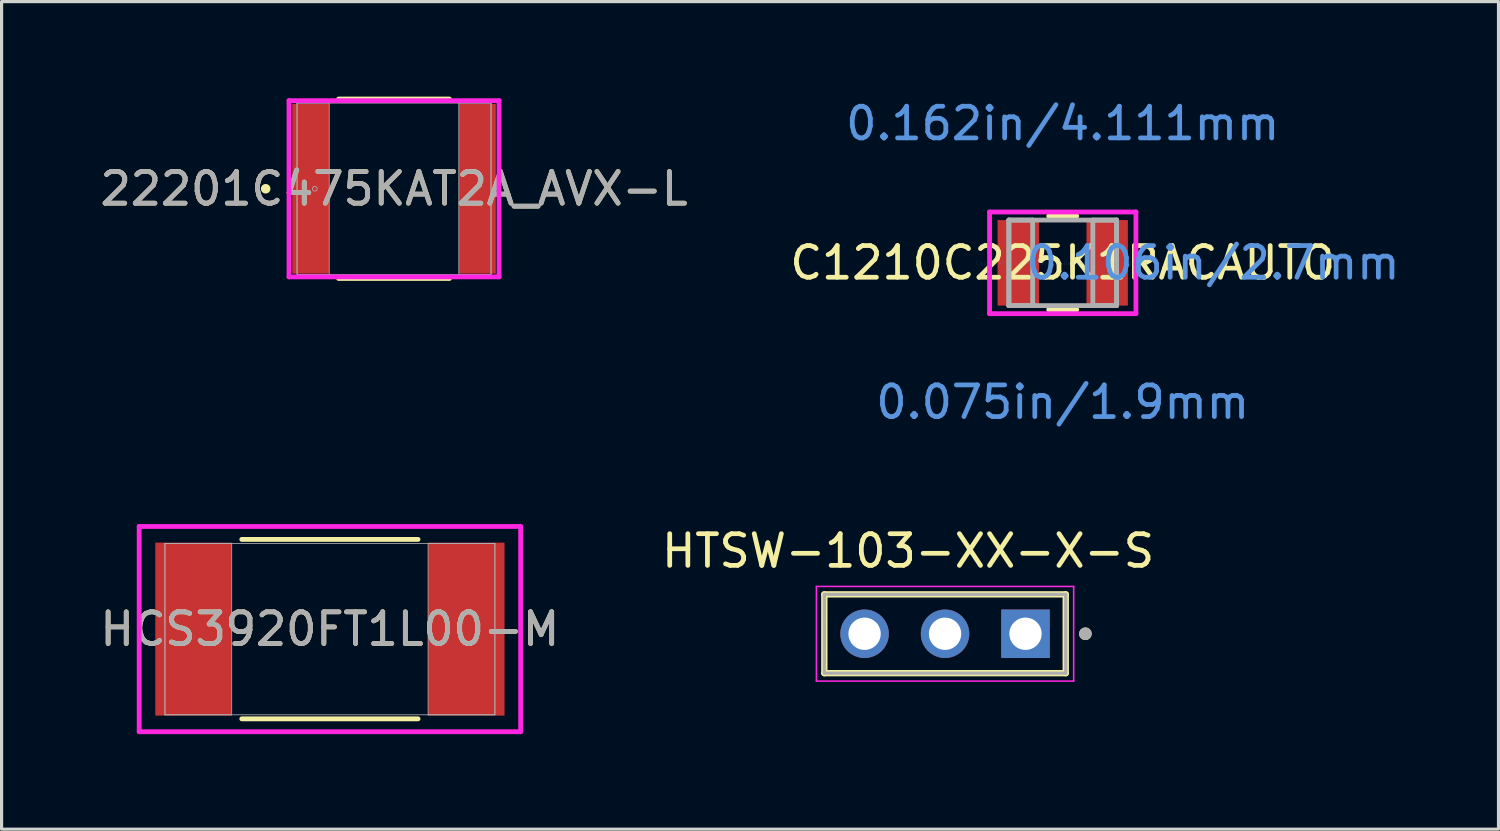
<source format=kicad_pcb>
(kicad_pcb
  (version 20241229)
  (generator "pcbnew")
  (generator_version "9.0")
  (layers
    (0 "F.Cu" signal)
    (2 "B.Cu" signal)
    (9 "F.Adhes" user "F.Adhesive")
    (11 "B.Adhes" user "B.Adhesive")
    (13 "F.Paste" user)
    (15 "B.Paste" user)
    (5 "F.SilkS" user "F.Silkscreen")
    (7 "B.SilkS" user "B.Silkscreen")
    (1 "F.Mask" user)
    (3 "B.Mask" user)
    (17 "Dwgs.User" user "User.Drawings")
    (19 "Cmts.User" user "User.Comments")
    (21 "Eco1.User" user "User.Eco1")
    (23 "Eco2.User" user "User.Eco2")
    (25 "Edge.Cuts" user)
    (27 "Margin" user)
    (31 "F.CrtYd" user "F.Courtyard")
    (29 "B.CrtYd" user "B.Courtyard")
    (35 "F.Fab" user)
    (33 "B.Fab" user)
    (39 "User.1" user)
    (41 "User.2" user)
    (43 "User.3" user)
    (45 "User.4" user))
  (footprint "C1210C225K1RACAUTO"
    (layer "F.Cu")
    (at 30.494 5.246)
    (property "Reference" "C1210C225K1RACAUTO" (at 0 0 0) (layer "F.SilkS") (effects (font (size 1 1) (thickness 0.15))))
    (attr through_hole)
    (fp_line (start -0.442 1.477) (end 0.442 1.477) (stroke (width 0.152) (type solid)) (layer "F.SilkS"))
    (fp_line (start 0.442 -1.477) (end -0.442 -1.477) (stroke (width 0.152) (type solid)) (layer "F.SilkS"))
    (fp_line (start -2.31 -1.604) (end 2.31 -1.604) (stroke (width 0.152) (type solid)) (layer "F.CrtYd"))
    (fp_line (start -2.31 1.604) (end -2.31 -1.604) (stroke (width 0.152) (type solid)) (layer "F.CrtYd"))
    (fp_line (start 2.31 -1.604) (end 2.31 1.604) (stroke (width 0.152) (type solid)) (layer "F.CrtYd"))
    (fp_line (start 2.31 1.604) (end -2.31 1.604) (stroke (width 0.152) (type solid)) (layer "F.CrtYd"))
    (fp_line (start -1.7 -1.35) (end -1.7 1.35) (stroke (width 0.152) (type solid)) (layer "F.Fab"))
    (fp_line (start -1.7 -1.35) (end -1.7 1.35) (stroke (width 0.152) (type solid)) (layer "F.Fab"))
    (fp_line (start -1.7 1.35) (end -0.95 1.35) (stroke (width 0.152) (type solid)) (layer "F.Fab"))
    (fp_line (start -1.7 1.35) (end 1.7 1.35) (stroke (width 0.152) (type solid)) (layer "F.Fab"))
    (fp_line (start -0.95 -1.35) (end -1.7 -1.35) (stroke (width 0.152) (type solid)) (layer "F.Fab"))
    (fp_line (start -0.95 1.35) (end -0.95 -1.35) (stroke (width 0.152) (type solid)) (layer "F.Fab"))
    (fp_line (start 0.95 -1.35) (end 0.95 1.35) (stroke (width 0.152) (type solid)) (layer "F.Fab"))
    (fp_line (start 0.95 1.35) (end 1.7 1.35) (stroke (width 0.152) (type solid)) (layer "F.Fab"))
    (fp_line (start 1.7 -1.35) (end -1.7 -1.35) (stroke (width 0.152) (type solid)) (layer "F.Fab"))
    (fp_line (start 1.7 -1.35) (end 0.95 -1.35) (stroke (width 0.152) (type solid)) (layer "F.Fab"))
    (fp_line (start 1.7 1.35) (end 1.7 -1.35) (stroke (width 0.152) (type solid)) (layer "F.Fab"))
    (fp_line (start 1.7 1.35) (end 1.7 -1.35) (stroke (width 0.152) (type solid)) (layer "F.Fab"))
    (fp_text user "Copyright 2016 Accelerated Designs. All rights reserved." (at 0 0 0) (layer "Cmts.User") (effects (font (size 0.127 0.127) (thickness 0.002))))
    (fp_text user "0.162in/4.111mm" (at 0 -4.398 0) (layer "Cmts.User") (effects (font (size 1 1) (thickness 0.15))))
    (fp_text user "0.106in/2.7mm" (at 4.748 0 0) (layer "Cmts.User") (effects (font (size 1 1) (thickness 0.15))))
    (fp_text user "0.075in/1.9mm" (at 0 4.398 0) (layer "Cmts.User") (effects (font (size 1 1) (thickness 0.15))))
    (pad "1" smd rect (at -1.403 0) (size 1.306 2.7) (layers "F.Cu" "F.Mask" "F.Paste"))
    (pad "2" smd rect (at 1.403 0) (size 1.306 2.7) (layers "F.Cu" "F.Mask" "F.Paste")))
  (footprint "HCS3920FT1L00-M"
    (layer "F.Cu")
    (at 7.363 16.807)
    (property "Reference" "HCS3920FT1L00-M" (at 0 0 0) (unlocked yes) (layer "F.SilkS") (effects (font (size 1 1) (thickness 0.15))))
    (attr smd)
    (fp_line (start -2.782 2.832) (end 2.782 2.832) (stroke (width 0.152) (type solid)) (layer "F.SilkS"))
    (fp_line (start 2.782 -2.832) (end -2.782 -2.832) (stroke (width 0.152) (type solid)) (layer "F.SilkS"))
    (fp_line (start -6.02 -3.239) (end 6.02 -3.239) (stroke (width 0.152) (type solid)) (layer "F.CrtYd"))
    (fp_line (start -6.02 3.239) (end -6.02 -3.239) (stroke (width 0.152) (type solid)) (layer "F.CrtYd"))
    (fp_line (start 6.02 -3.239) (end 6.02 3.239) (stroke (width 0.152) (type solid)) (layer "F.CrtYd"))
    (fp_line (start 6.02 3.239) (end -6.02 3.239) (stroke (width 0.152) (type solid)) (layer "F.CrtYd"))
    (fp_line (start -5.207 -2.705) (end -5.207 2.705) (stroke (width 0.025) (type solid)) (layer "F.Fab"))
    (fp_line (start -5.207 -2.705) (end -5.207 2.705) (stroke (width 0.025) (type solid)) (layer "F.Fab"))
    (fp_line (start -5.207 2.705) (end -3.099 2.705) (stroke (width 0.025) (type solid)) (layer "F.Fab"))
    (fp_line (start -5.207 2.705) (end 5.207 2.705) (stroke (width 0.025) (type solid)) (layer "F.Fab"))
    (fp_line (start -3.099 -2.705) (end -5.207 -2.705) (stroke (width 0.025) (type solid)) (layer "F.Fab"))
    (fp_line (start -3.099 2.705) (end -3.099 -2.705) (stroke (width 0.025) (type solid)) (layer "F.Fab"))
    (fp_line (start 3.099 -2.705) (end 3.099 2.705) (stroke (width 0.025) (type solid)) (layer "F.Fab"))
    (fp_line (start 3.099 2.705) (end 5.207 2.705) (stroke (width 0.025) (type solid)) (layer "F.Fab"))
    (fp_line (start 5.207 -2.705) (end -5.207 -2.705) (stroke (width 0.025) (type solid)) (layer "F.Fab"))
    (fp_line (start 5.207 -2.705) (end 3.099 -2.705) (stroke (width 0.025) (type solid)) (layer "F.Fab"))
    (fp_line (start 5.207 2.705) (end 5.207 -2.705) (stroke (width 0.025) (type solid)) (layer "F.Fab"))
    (fp_line (start 5.207 2.705) (end 5.207 -2.705) (stroke (width 0.025) (type solid)) (layer "F.Fab"))
    (fp_text user "${REFERENCE}" (at 0 0 0) (unlocked yes) (layer "F.Fab") (effects (font (size 1 1) (thickness 0.15))))
    (pad "1" smd rect (at -4.305 0) (size 2.413 5.461) (layers "F.Cu" "F.Mask" "F.Paste"))
    (pad "2" smd rect (at 4.305 0) (size 2.413 5.461) (layers "F.Cu" "F.Mask" "F.Paste"))
    (zone (net_name "") (layer "F.Cu") (hatch full 0.508) (connect_pads) (min_thickness 0.254) (filled_areas_thickness no) (keepout (tracks not_allowed) (vias not_allowed) (pads allowed) (copperpour not_allowed) (footprints allowed)) (placement (enabled no)) (fill) (polygon (pts (xy 4.315 14.153) (xy 10.411 14.153) (xy 10.411 19.461) (xy 4.315 19.461)))))
  (footprint "22201C475KAT2A_AVX-L"
    (layer "F.Cu")
    (at 9.387 2.908)
    (property "Reference" "22201C475KAT2A_AVX-L" (at 0 0 0) (unlocked yes) (layer "F.SilkS") (effects (font (size 1 1) (thickness 0.15))))
    (attr smd)
    (fp_line (start -1.749 2.832) (end 1.749 2.832) (stroke (width 0.152) (type solid)) (layer "F.SilkS"))
    (fp_line (start 1.749 -2.832) (end -1.749 -2.832) (stroke (width 0.152) (type solid)) (layer "F.SilkS"))
    (fp_circle (center -4.051 0) (end -3.975 0) (stroke (width 0.152) (type solid)) (fill no) (layer "F.SilkS"))
    (fp_line (start -3.315 -2.781) (end 3.315 -2.781) (stroke (width 0.152) (type solid)) (layer "F.CrtYd"))
    (fp_line (start -3.315 2.781) (end -3.315 -2.781) (stroke (width 0.152) (type solid)) (layer "F.CrtYd"))
    (fp_line (start 3.315 -2.781) (end 3.315 2.781) (stroke (width 0.152) (type solid)) (layer "F.CrtYd"))
    (fp_line (start 3.315 2.781) (end -3.315 2.781) (stroke (width 0.152) (type solid)) (layer "F.CrtYd"))
    (fp_line (start -3.061 -2.705) (end -3.061 2.705) (stroke (width 0.025) (type solid)) (layer "F.Fab"))
    (fp_line (start -3.061 -2.705) (end -3.061 2.705) (stroke (width 0.025) (type solid)) (layer "F.Fab"))
    (fp_line (start -3.061 2.705) (end -2.045 2.705) (stroke (width 0.025) (type solid)) (layer "F.Fab"))
    (fp_line (start -3.061 2.705) (end 3.061 2.705) (stroke (width 0.025) (type solid)) (layer "F.Fab"))
    (fp_line (start -2.045 -2.705) (end -3.061 -2.705) (stroke (width 0.025) (type solid)) (layer "F.Fab"))
    (fp_line (start -2.045 2.705) (end -2.045 -2.705) (stroke (width 0.025) (type solid)) (layer "F.Fab"))
    (fp_line (start 2.045 -2.705) (end 2.045 2.705) (stroke (width 0.025) (type solid)) (layer "F.Fab"))
    (fp_line (start 2.045 2.705) (end 3.061 2.705) (stroke (width 0.025) (type solid)) (layer "F.Fab"))
    (fp_line (start 3.061 -2.705) (end -3.061 -2.705) (stroke (width 0.025) (type solid)) (layer "F.Fab"))
    (fp_line (start 3.061 -2.705) (end 2.045 -2.705) (stroke (width 0.025) (type solid)) (layer "F.Fab"))
    (fp_line (start 3.061 2.705) (end 3.061 -2.705) (stroke (width 0.025) (type solid)) (layer "F.Fab"))
    (fp_line (start 3.061 2.705) (end 3.061 -2.705) (stroke (width 0.025) (type solid)) (layer "F.Fab"))
    (fp_circle (center -2.502 0) (end -2.426 0) (stroke (width 0.025) (type solid)) (fill no) (layer "F.Fab"))
    (fp_text user "${REFERENCE}" (at 0 0 0) (unlocked yes) (layer "F.Fab") (effects (font (size 1 1) (thickness 0.15))))
    (pad "1" smd rect (at -2.629 0) (size 1.168 5.359) (layers "F.Cu" "F.Mask" "F.Paste"))
    (pad "2" smd rect (at 2.629 0) (size 1.168 5.359) (layers "F.Cu" "F.Mask" "F.Paste"))
    (zone (net_name "") (layer "F.Cu") (hatch full 0.508) (connect_pads) (min_thickness 0.254) (filled_areas_thickness no) (keepout (tracks not_allowed) (vias not_allowed) (pads allowed) (copperpour not_allowed) (footprints allowed)) (placement (enabled no)) (fill) (polygon (pts (xy 7.393 0.254) (xy 11.381 0.254) (xy 11.381 5.563) (xy 7.393 5.563)))))
  (footprint "HTSW-103-XX-X-S"
    (layer "F.Cu")
    (at 26.779 16.954)
    (property "Reference" "HTSW-103-XX-X-S" (at -1.166 -2.614 0) (layer "F.SilkS") (effects (font (size 1 1) (thickness 0.15))))
    (attr through_hole)
    (fp_line (start -3.81 -1.244) (end 3.81 -1.244) (stroke (width 0.2) (type solid)) (layer "F.SilkS"))
    (fp_line (start -3.81 1.244) (end -3.81 -1.244) (stroke (width 0.2) (type solid)) (layer "F.SilkS"))
    (fp_line (start 3.81 -1.244) (end 3.81 1.244) (stroke (width 0.2) (type solid)) (layer "F.SilkS"))
    (fp_line (start 3.81 1.244) (end -3.81 1.244) (stroke (width 0.2) (type solid)) (layer "F.SilkS"))
    (fp_circle (center 4.43 0) (end 4.53 0) (stroke (width 0.2) (type solid)) (fill no) (layer "F.SilkS"))
    (fp_line (start -4.06 -1.494) (end 4.06 -1.494) (stroke (width 0.05) (type solid)) (layer "F.CrtYd"))
    (fp_line (start -4.06 1.494) (end -4.06 -1.494) (stroke (width 0.05) (type solid)) (layer "F.CrtYd"))
    (fp_line (start 4.06 -1.494) (end 4.06 1.494) (stroke (width 0.05) (type solid)) (layer "F.CrtYd"))
    (fp_line (start 4.06 1.494) (end -4.06 1.494) (stroke (width 0.05) (type solid)) (layer "F.CrtYd"))
    (fp_line (start -3.81 -1.244) (end 3.81 -1.244) (stroke (width 0.1) (type solid)) (layer "F.Fab"))
    (fp_line (start -3.81 1.244) (end -3.81 -1.244) (stroke (width 0.1) (type solid)) (layer "F.Fab"))
    (fp_line (start 3.81 -1.244) (end 3.81 1.244) (stroke (width 0.1) (type solid)) (layer "F.Fab"))
    (fp_line (start 3.81 1.244) (end -3.81 1.244) (stroke (width 0.1) (type solid)) (layer "F.Fab"))
    (fp_circle (center 4.43 0) (end 4.53 0) (stroke (width 0.2) (type solid)) (fill no) (layer "F.Fab"))
    (pad "01" thru_hole rect (at 2.54 0) (size 1.53 1.53) (drill 1.02) (layers "*.Cu" "*.Mask"))
    (pad "02" thru_hole circle (at 0 0) (size 1.53 1.53) (drill 1.02) (layers "*.Cu" "*.Mask"))
    (pad "03" thru_hole circle (at -2.54 0) (size 1.53 1.53) (drill 1.02) (layers "*.Cu" "*.Mask")))
  (gr_rect
    (start -3 -3)
    (end 44.248 23.122)
    (stroke (width 0.1) (type default))
    (fill no)
    (layer "Edge.Cuts")))
</source>
